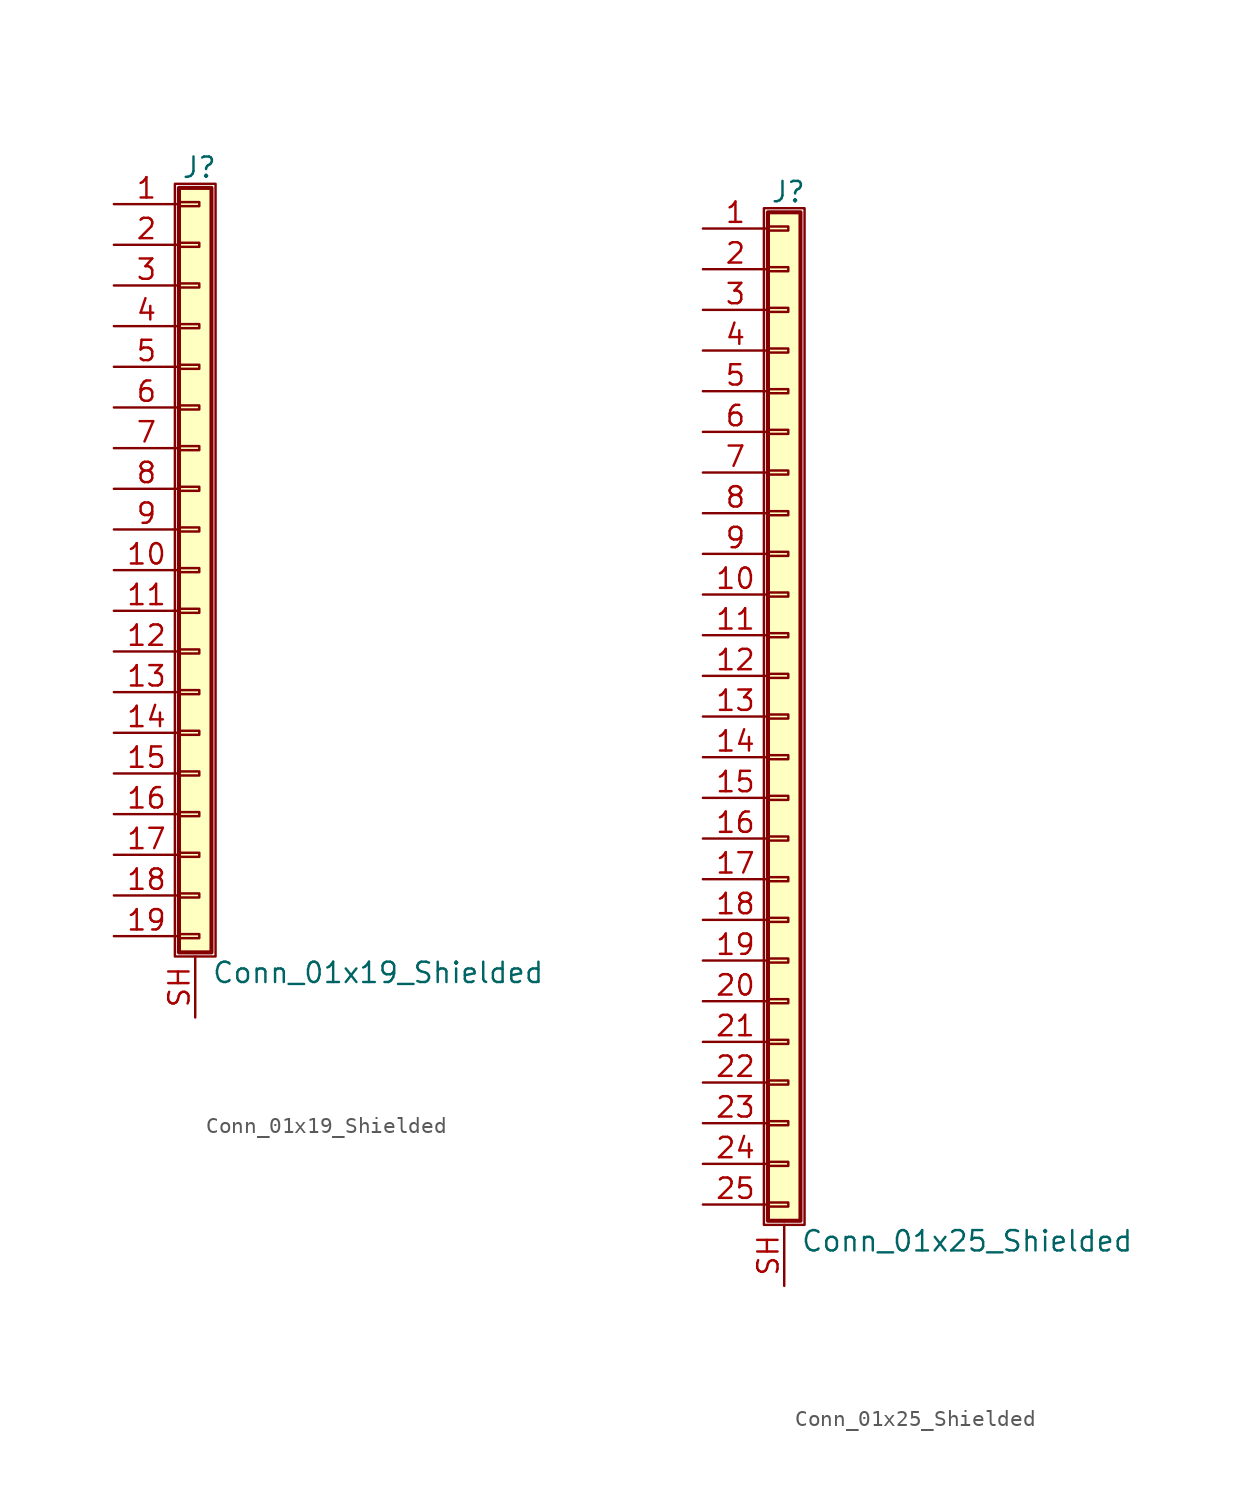
<source format=kicad_sym>
(kicad_symbol_lib
  (version 20201005)
  (generator kicad_symbol_editor)
  (symbol "Conn_01x19_Shielded"
    (pin_names
      (offset 1.016) hide)
    (property "Reference" "J"
      (at 0.254 25.146 0)
      (effects (font (size 1.27 1.27))))
    (property "Value" "Conn_01x19_Shielded"
      (at 1.016 -25.146 0)
      (effects (font (size 1.27 1.27)) (justify left)))
    (symbol "Conn_01x19_Shielded_1_1"
      (rectangle (start -1.27 24.13) (end 1.27 -24.13) (stroke (width 0.152)) (fill (type none)))
      (rectangle (start -1.016 -22.733) (end 0.254 -22.987) (stroke (width 0.152)) (fill (type none)))
      (rectangle (start -1.016 -20.193) (end 0.254 -20.447) (stroke (width 0.152)) (fill (type none)))
      (rectangle (start -1.016 -17.653) (end 0.254 -17.907) (stroke (width 0.152)) (fill (type none)))
      (rectangle (start -1.016 -15.113) (end 0.254 -15.367) (stroke (width 0.152)) (fill (type none)))
      (rectangle (start -1.016 -12.573) (end 0.254 -12.827) (stroke (width 0.152)) (fill (type none)))
      (rectangle (start -1.016 -10.033) (end 0.254 -10.287) (stroke (width 0.152)) (fill (type none)))
      (rectangle (start -1.016 -7.493) (end 0.254 -7.747) (stroke (width 0.152)) (fill (type none)))
      (rectangle (start -1.016 -4.953) (end 0.254 -5.207) (stroke (width 0.152)) (fill (type none)))
      (rectangle (start -1.016 -2.413) (end 0.254 -2.667) (stroke (width 0.152)) (fill (type none)))
      (rectangle (start -1.016 0.127) (end 0.254 -0.127) (stroke (width 0.152)) (fill (type none)))
      (rectangle (start -1.016 2.667) (end 0.254 2.413) (stroke (width 0.152)) (fill (type none)))
      (rectangle (start -1.016 5.207) (end 0.254 4.953) (stroke (width 0.152)) (fill (type none)))
      (rectangle (start -1.016 7.747) (end 0.254 7.493) (stroke (width 0.152)) (fill (type none)))
      (rectangle (start -1.016 10.287) (end 0.254 10.033) (stroke (width 0.152)) (fill (type none)))
      (rectangle (start -1.016 12.827) (end 0.254 12.573) (stroke (width 0.152)) (fill (type none)))
      (rectangle (start -1.016 15.367) (end 0.254 15.113) (stroke (width 0.152)) (fill (type none)))
      (rectangle (start -1.016 17.907) (end 0.254 17.653) (stroke (width 0.152)) (fill (type none)))
      (rectangle (start -1.016 20.447) (end 0.254 20.193) (stroke (width 0.152)) (fill (type none)))
      (rectangle (start -1.016 22.987) (end 0.254 22.733) (stroke (width 0.152)) (fill (type none)))
      (rectangle (start -1.016 23.876) (end 1.016 -23.876) (stroke (width 0.254)) (fill (type background)))
      (pin passive line (at -5.08 22.86 0) (length 4.064) (name "Pin_1" (effects (font (size 1.27 1.27)))) (number "1" (effects (font (size 1.27 1.27)))))
      (pin passive line (at -5.08 0 0) (length 4.064) (name "Pin_10" (effects (font (size 1.27 1.27)))) (number "10" (effects (font (size 1.27 1.27)))))
      (pin passive line (at -5.08 -2.54 0) (length 4.064) (name "Pin_11" (effects (font (size 1.27 1.27)))) (number "11" (effects (font (size 1.27 1.27)))))
      (pin passive line (at -5.08 -5.08 0) (length 4.064) (name "Pin_12" (effects (font (size 1.27 1.27)))) (number "12" (effects (font (size 1.27 1.27)))))
      (pin passive line (at -5.08 -7.62 0) (length 4.064) (name "Pin_13" (effects (font (size 1.27 1.27)))) (number "13" (effects (font (size 1.27 1.27)))))
      (pin passive line (at -5.08 -10.16 0) (length 4.064) (name "Pin_14" (effects (font (size 1.27 1.27)))) (number "14" (effects (font (size 1.27 1.27)))))
      (pin passive line (at -5.08 -12.7 0) (length 4.064) (name "Pin_15" (effects (font (size 1.27 1.27)))) (number "15" (effects (font (size 1.27 1.27)))))
      (pin passive line (at -5.08 -15.24 0) (length 4.064) (name "Pin_16" (effects (font (size 1.27 1.27)))) (number "16" (effects (font (size 1.27 1.27)))))
      (pin passive line (at -5.08 -17.78 0) (length 4.064) (name "Pin_17" (effects (font (size 1.27 1.27)))) (number "17" (effects (font (size 1.27 1.27)))))
      (pin passive line (at -5.08 -20.32 0) (length 4.064) (name "Pin_18" (effects (font (size 1.27 1.27)))) (number "18" (effects (font (size 1.27 1.27)))))
      (pin passive line (at -5.08 -22.86 0) (length 4.064) (name "Pin_19" (effects (font (size 1.27 1.27)))) (number "19" (effects (font (size 1.27 1.27)))))
      (pin passive line (at -5.08 20.32 0) (length 4.064) (name "Pin_2" (effects (font (size 1.27 1.27)))) (number "2" (effects (font (size 1.27 1.27)))))
      (pin passive line (at -5.08 17.78 0) (length 4.064) (name "Pin_3" (effects (font (size 1.27 1.27)))) (number "3" (effects (font (size 1.27 1.27)))))
      (pin passive line (at -5.08 15.24 0) (length 4.064) (name "Pin_4" (effects (font (size 1.27 1.27)))) (number "4" (effects (font (size 1.27 1.27)))))
      (pin passive line (at -5.08 12.7 0) (length 4.064) (name "Pin_5" (effects (font (size 1.27 1.27)))) (number "5" (effects (font (size 1.27 1.27)))))
      (pin passive line (at -5.08 10.16 0) (length 4.064) (name "Pin_6" (effects (font (size 1.27 1.27)))) (number "6" (effects (font (size 1.27 1.27)))))
      (pin passive line (at -5.08 7.62 0) (length 4.064) (name "Pin_7" (effects (font (size 1.27 1.27)))) (number "7" (effects (font (size 1.27 1.27)))))
      (pin passive line (at -5.08 5.08 0) (length 4.064) (name "Pin_8" (effects (font (size 1.27 1.27)))) (number "8" (effects (font (size 1.27 1.27)))))
      (pin passive line (at -5.08 2.54 0) (length 4.064) (name "Pin_9" (effects (font (size 1.27 1.27)))) (number "9" (effects (font (size 1.27 1.27)))))
      (pin passive line (at 0 -27.94 90) (length 3.81) (name "Shield" (effects (font (size 1.27 1.27)))) (number "SH" (effects (font (size 1.27 1.27)))))))
  (symbol "Conn_01x25_Shielded"
    (pin_names
      (offset 1.016) hide)
    (property "Reference" "J"
      (at 0.254 32.766 0)
      (effects (font (size 1.27 1.27))))
    (property "Value" "Conn_01x25_Shielded"
      (at 1.016 -32.766 0)
      (effects (font (size 1.27 1.27)) (justify left)))
    (symbol "Conn_01x25_Shielded_1_1"
      (rectangle (start -1.27 31.75) (end 1.27 -31.75) (stroke (width 0.152)) (fill (type none)))
      (rectangle (start -1.016 -30.353) (end 0.254 -30.607) (stroke (width 0.152)) (fill (type none)))
      (rectangle (start -1.016 -27.813) (end 0.254 -28.067) (stroke (width 0.152)) (fill (type none)))
      (rectangle (start -1.016 -25.273) (end 0.254 -25.527) (stroke (width 0.152)) (fill (type none)))
      (rectangle (start -1.016 -22.733) (end 0.254 -22.987) (stroke (width 0.152)) (fill (type none)))
      (rectangle (start -1.016 -20.193) (end 0.254 -20.447) (stroke (width 0.152)) (fill (type none)))
      (rectangle (start -1.016 -17.653) (end 0.254 -17.907) (stroke (width 0.152)) (fill (type none)))
      (rectangle (start -1.016 -15.113) (end 0.254 -15.367) (stroke (width 0.152)) (fill (type none)))
      (rectangle (start -1.016 -12.573) (end 0.254 -12.827) (stroke (width 0.152)) (fill (type none)))
      (rectangle (start -1.016 -10.033) (end 0.254 -10.287) (stroke (width 0.152)) (fill (type none)))
      (rectangle (start -1.016 -7.493) (end 0.254 -7.747) (stroke (width 0.152)) (fill (type none)))
      (rectangle (start -1.016 -4.953) (end 0.254 -5.207) (stroke (width 0.152)) (fill (type none)))
      (rectangle (start -1.016 -2.413) (end 0.254 -2.667) (stroke (width 0.152)) (fill (type none)))
      (rectangle (start -1.016 0.127) (end 0.254 -0.127) (stroke (width 0.152)) (fill (type none)))
      (rectangle (start -1.016 2.667) (end 0.254 2.413) (stroke (width 0.152)) (fill (type none)))
      (rectangle (start -1.016 5.207) (end 0.254 4.953) (stroke (width 0.152)) (fill (type none)))
      (rectangle (start -1.016 7.747) (end 0.254 7.493) (stroke (width 0.152)) (fill (type none)))
      (rectangle (start -1.016 10.287) (end 0.254 10.033) (stroke (width 0.152)) (fill (type none)))
      (rectangle (start -1.016 12.827) (end 0.254 12.573) (stroke (width 0.152)) (fill (type none)))
      (rectangle (start -1.016 15.367) (end 0.254 15.113) (stroke (width 0.152)) (fill (type none)))
      (rectangle (start -1.016 17.907) (end 0.254 17.653) (stroke (width 0.152)) (fill (type none)))
      (rectangle (start -1.016 20.447) (end 0.254 20.193) (stroke (width 0.152)) (fill (type none)))
      (rectangle (start -1.016 22.987) (end 0.254 22.733) (stroke (width 0.152)) (fill (type none)))
      (rectangle (start -1.016 25.527) (end 0.254 25.273) (stroke (width 0.152)) (fill (type none)))
      (rectangle (start -1.016 28.067) (end 0.254 27.813) (stroke (width 0.152)) (fill (type none)))
      (rectangle (start -1.016 30.607) (end 0.254 30.353) (stroke (width 0.152)) (fill (type none)))
      (rectangle (start -1.016 31.496) (end 1.016 -31.496) (stroke (width 0.254)) (fill (type background)))
      (pin passive line (at -5.08 30.48 0) (length 4.064) (name "Pin_1" (effects (font (size 1.27 1.27)))) (number "1" (effects (font (size 1.27 1.27)))))
      (pin passive line (at -5.08 7.62 0) (length 4.064) (name "Pin_10" (effects (font (size 1.27 1.27)))) (number "10" (effects (font (size 1.27 1.27)))))
      (pin passive line (at -5.08 5.08 0) (length 4.064) (name "Pin_11" (effects (font (size 1.27 1.27)))) (number "11" (effects (font (size 1.27 1.27)))))
      (pin passive line (at -5.08 2.54 0) (length 4.064) (name "Pin_12" (effects (font (size 1.27 1.27)))) (number "12" (effects (font (size 1.27 1.27)))))
      (pin passive line (at -5.08 0 0) (length 4.064) (name "Pin_13" (effects (font (size 1.27 1.27)))) (number "13" (effects (font (size 1.27 1.27)))))
      (pin passive line (at -5.08 -2.54 0) (length 4.064) (name "Pin_14" (effects (font (size 1.27 1.27)))) (number "14" (effects (font (size 1.27 1.27)))))
      (pin passive line (at -5.08 -5.08 0) (length 4.064) (name "Pin_15" (effects (font (size 1.27 1.27)))) (number "15" (effects (font (size 1.27 1.27)))))
      (pin passive line (at -5.08 -7.62 0) (length 4.064) (name "Pin_16" (effects (font (size 1.27 1.27)))) (number "16" (effects (font (size 1.27 1.27)))))
      (pin passive line (at -5.08 -10.16 0) (length 4.064) (name "Pin_17" (effects (font (size 1.27 1.27)))) (number "17" (effects (font (size 1.27 1.27)))))
      (pin passive line (at -5.08 -12.7 0) (length 4.064) (name "Pin_18" (effects (font (size 1.27 1.27)))) (number "18" (effects (font (size 1.27 1.27)))))
      (pin passive line (at -5.08 -15.24 0) (length 4.064) (name "Pin_19" (effects (font (size 1.27 1.27)))) (number "19" (effects (font (size 1.27 1.27)))))
      (pin passive line (at -5.08 27.94 0) (length 4.064) (name "Pin_2" (effects (font (size 1.27 1.27)))) (number "2" (effects (font (size 1.27 1.27)))))
      (pin passive line (at -5.08 -17.78 0) (length 4.064) (name "Pin_20" (effects (font (size 1.27 1.27)))) (number "20" (effects (font (size 1.27 1.27)))))
      (pin passive line (at -5.08 -20.32 0) (length 4.064) (name "Pin_21" (effects (font (size 1.27 1.27)))) (number "21" (effects (font (size 1.27 1.27)))))
      (pin passive line (at -5.08 -22.86 0) (length 4.064) (name "Pin_22" (effects (font (size 1.27 1.27)))) (number "22" (effects (font (size 1.27 1.27)))))
      (pin passive line (at -5.08 -25.4 0) (length 4.064) (name "Pin_23" (effects (font (size 1.27 1.27)))) (number "23" (effects (font (size 1.27 1.27)))))
      (pin passive line (at -5.08 -27.94 0) (length 4.064) (name "Pin_24" (effects (font (size 1.27 1.27)))) (number "24" (effects (font (size 1.27 1.27)))))
      (pin passive line (at -5.08 -30.48 0) (length 4.064) (name "Pin_25" (effects (font (size 1.27 1.27)))) (number "25" (effects (font (size 1.27 1.27)))))
      (pin passive line (at -5.08 25.4 0) (length 4.064) (name "Pin_3" (effects (font (size 1.27 1.27)))) (number "3" (effects (font (size 1.27 1.27)))))
      (pin passive line (at -5.08 22.86 0) (length 4.064) (name "Pin_4" (effects (font (size 1.27 1.27)))) (number "4" (effects (font (size 1.27 1.27)))))
      (pin passive line (at -5.08 20.32 0) (length 4.064) (name "Pin_5" (effects (font (size 1.27 1.27)))) (number "5" (effects (font (size 1.27 1.27)))))
      (pin passive line (at -5.08 17.78 0) (length 4.064) (name "Pin_6" (effects (font (size 1.27 1.27)))) (number "6" (effects (font (size 1.27 1.27)))))
      (pin passive line (at -5.08 15.24 0) (length 4.064) (name "Pin_7" (effects (font (size 1.27 1.27)))) (number "7" (effects (font (size 1.27 1.27)))))
      (pin passive line (at -5.08 12.7 0) (length 4.064) (name "Pin_8" (effects (font (size 1.27 1.27)))) (number "8" (effects (font (size 1.27 1.27)))))
      (pin passive line (at -5.08 10.16 0) (length 4.064) (name "Pin_9" (effects (font (size 1.27 1.27)))) (number "9" (effects (font (size 1.27 1.27)))))
      (pin passive line (at 0 -35.56 90) (length 3.81) (name "Shield" (effects (font (size 1.27 1.27)))) (number "SH" (effects (font (size 1.27 1.27))))))))
</source>
